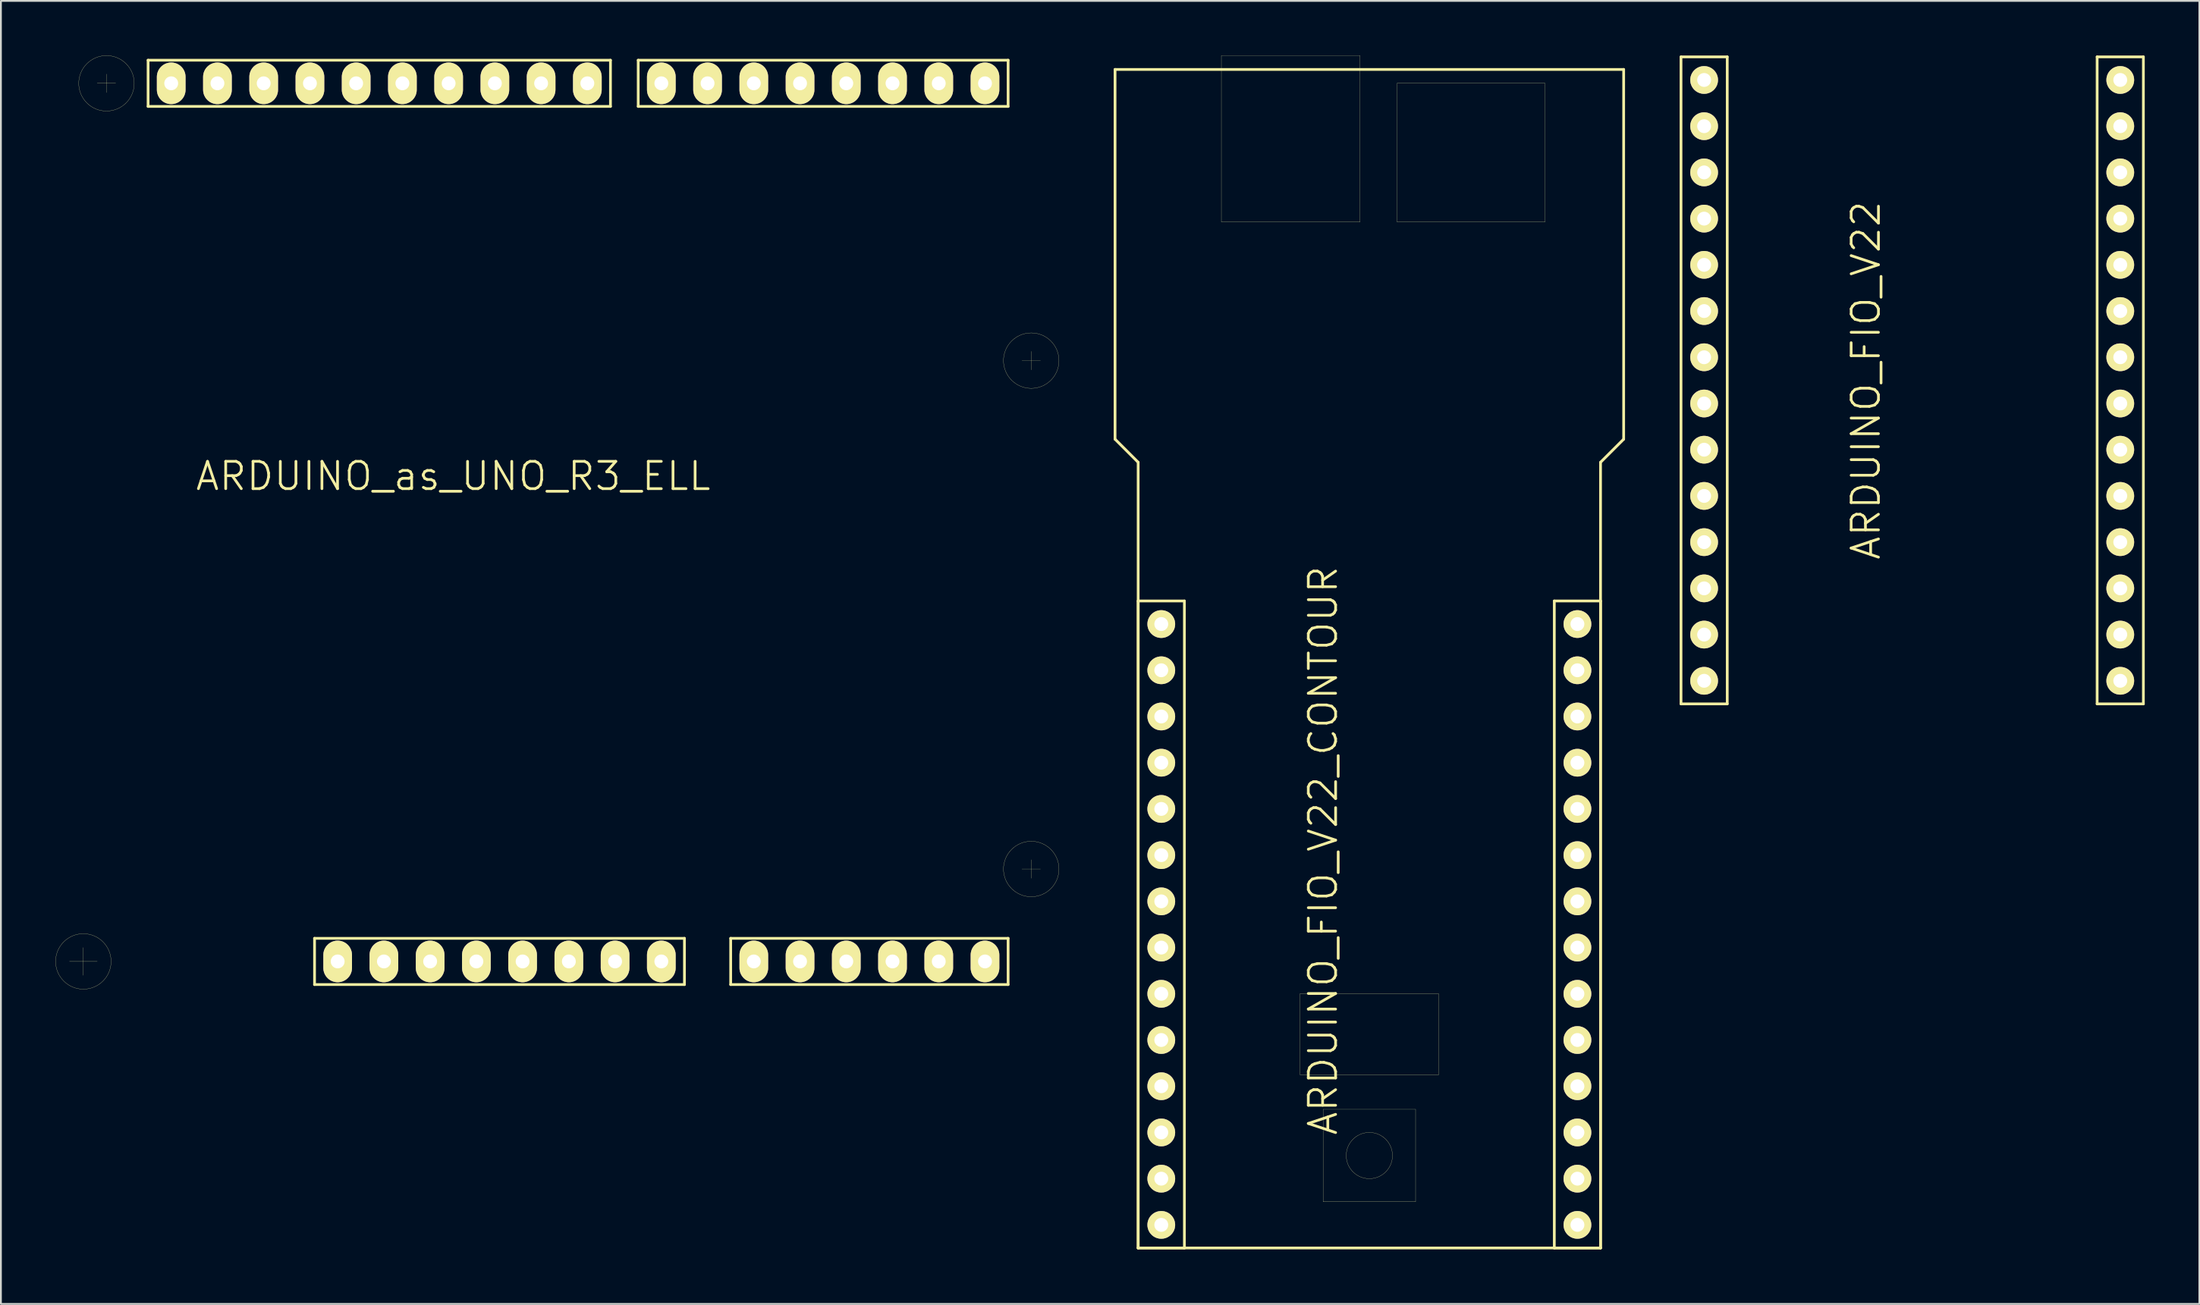
<source format=kicad_pcb>
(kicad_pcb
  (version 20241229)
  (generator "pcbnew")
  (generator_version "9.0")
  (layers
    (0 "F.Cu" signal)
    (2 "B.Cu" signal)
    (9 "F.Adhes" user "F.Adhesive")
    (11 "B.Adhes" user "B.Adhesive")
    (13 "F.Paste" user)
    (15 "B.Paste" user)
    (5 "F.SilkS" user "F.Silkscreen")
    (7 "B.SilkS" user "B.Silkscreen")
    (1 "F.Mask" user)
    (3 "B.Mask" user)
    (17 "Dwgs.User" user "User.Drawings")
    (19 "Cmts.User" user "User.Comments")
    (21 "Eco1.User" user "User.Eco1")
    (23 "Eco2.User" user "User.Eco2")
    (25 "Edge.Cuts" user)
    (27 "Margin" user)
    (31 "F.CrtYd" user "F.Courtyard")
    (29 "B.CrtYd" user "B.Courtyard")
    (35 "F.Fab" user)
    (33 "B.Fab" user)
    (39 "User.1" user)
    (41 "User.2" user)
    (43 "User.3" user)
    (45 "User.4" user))
  (footprint "ARDUINO_FIO_V22"
    (layer "F.Cu")
    (at 101.993 17.855)
    (property "Reference" "ARDUINO_FIO_V22" (at -2.54 0 90) (layer "F.SilkS") (effects (font (size 1.5 1.5) (thickness 0.15))))
    (attr through_hole)
    (fp_line (start -12.7 -17.78) (end -10.16 -17.78) (stroke (width 0.15) (type solid)) (layer "F.SilkS"))
    (fp_line (start -12.7 17.78) (end -12.7 -17.78) (stroke (width 0.15) (type solid)) (layer "F.SilkS"))
    (fp_line (start -10.16 -17.78) (end -10.16 17.78) (stroke (width 0.15) (type solid)) (layer "F.SilkS"))
    (fp_line (start -10.16 17.78) (end -12.7 17.78) (stroke (width 0.15) (type solid)) (layer "F.SilkS"))
    (fp_line (start 10.16 -17.78) (end 12.7 -17.78) (stroke (width 0.15) (type solid)) (layer "F.SilkS"))
    (fp_line (start 10.16 17.78) (end 10.16 -17.78) (stroke (width 0.15) (type solid)) (layer "F.SilkS"))
    (fp_line (start 12.7 -17.78) (end 12.7 17.78) (stroke (width 0.15) (type solid)) (layer "F.SilkS"))
    (fp_line (start 12.7 17.78) (end 10.16 17.78) (stroke (width 0.15) (type solid)) (layer "F.SilkS"))
    (pad "2" thru_hole circle (at -11.43 -11.43) (size 1.524 1.524) (drill 0.762) (layers "*.Cu" "*.Mask" "F.SilkS"))
    (pad "3" thru_hole circle (at -11.43 -8.89) (size 1.524 1.524) (drill 0.762) (layers "*.Cu" "*.Mask" "F.SilkS"))
    (pad "3V31" thru_hole circle (at -11.43 -16.51) (size 1.524 1.524) (drill 0.762) (layers "*.Cu" "*.Mask" "F.SilkS"))
    (pad "3V32" thru_hole circle (at 11.43 -11.43) (size 1.524 1.524) (drill 0.762) (layers "*.Cu" "*.Mask" "F.SilkS"))
    (pad "4" thru_hole circle (at -11.43 -6.35) (size 1.524 1.524) (drill 0.762) (layers "*.Cu" "*.Mask" "F.SilkS"))
    (pad "5" thru_hole circle (at -11.43 -3.81) (size 1.524 1.524) (drill 0.762) (layers "*.Cu" "*.Mask" "F.SilkS"))
    (pad "6" thru_hole circle (at -11.43 -1.27) (size 1.524 1.524) (drill 0.762) (layers "*.Cu" "*.Mask" "F.SilkS"))
    (pad "7" thru_hole circle (at -11.43 1.27) (size 1.524 1.524) (drill 0.762) (layers "*.Cu" "*.Mask" "F.SilkS"))
    (pad "8" thru_hole circle (at -11.43 3.81) (size 1.524 1.524) (drill 0.762) (layers "*.Cu" "*.Mask" "F.SilkS"))
    (pad "9" thru_hole circle (at -11.43 6.35) (size 1.524 1.524) (drill 0.762) (layers "*.Cu" "*.Mask" "F.SilkS"))
    (pad "10" thru_hole circle (at -11.43 8.89) (size 1.524 1.524) (drill 0.762) (layers "*.Cu" "*.Mask" "F.SilkS"))
    (pad "11" thru_hole circle (at -11.43 11.43) (size 1.524 1.524) (drill 0.762) (layers "*.Cu" "*.Mask" "F.SilkS"))
    (pad "12" thru_hole circle (at -11.43 13.97) (size 1.524 1.524) (drill 0.762) (layers "*.Cu" "*.Mask" "F.SilkS"))
    (pad "13" thru_hole circle (at -11.43 16.51) (size 1.524 1.524) (drill 0.762) (layers "*.Cu" "*.Mask" "F.SilkS"))
    (pad "A0" thru_hole circle (at 11.43 -1.27) (size 1.524 1.524) (drill 0.762) (layers "*.Cu" "*.Mask" "F.SilkS"))
    (pad "A1" thru_hole circle (at 11.43 1.27) (size 1.524 1.524) (drill 0.762) (layers "*.Cu" "*.Mask" "F.SilkS"))
    (pad "A2" thru_hole circle (at 11.43 3.81) (size 1.524 1.524) (drill 0.762) (layers "*.Cu" "*.Mask" "F.SilkS"))
    (pad "A3" thru_hole circle (at 11.43 6.35) (size 1.524 1.524) (drill 0.762) (layers "*.Cu" "*.Mask" "F.SilkS"))
    (pad "A4" thru_hole circle (at 11.43 8.89) (size 1.524 1.524) (drill 0.762) (layers "*.Cu" "*.Mask" "F.SilkS"))
    (pad "A5" thru_hole circle (at 11.43 11.43) (size 1.524 1.524) (drill 0.762) (layers "*.Cu" "*.Mask" "F.SilkS"))
    (pad "A6" thru_hole circle (at 11.43 13.97) (size 1.524 1.524) (drill 0.762) (layers "*.Cu" "*.Mask" "F.SilkS"))
    (pad "A7" thru_hole circle (at 11.43 16.51) (size 1.524 1.524) (drill 0.762) (layers "*.Cu" "*.Mask" "F.SilkS"))
    (pad "AREF" thru_hole circle (at 11.43 -13.97) (size 1.524 1.524) (drill 0.762) (layers "*.Cu" "*.Mask" "F.SilkS"))
    (pad "DTR" thru_hole circle (at 11.43 -3.81) (size 1.524 1.524) (drill 0.762) (layers "*.Cu" "*.Mask" "F.SilkS"))
    (pad "GND1" thru_hole circle (at -11.43 -13.97) (size 1.524 1.524) (drill 0.762) (layers "*.Cu" "*.Mask" "F.SilkS"))
    (pad "GND2" thru_hole circle (at 11.43 -16.51) (size 1.524 1.524) (drill 0.762) (layers "*.Cu" "*.Mask" "F.SilkS"))
    (pad "RX" thru_hole circle (at 11.43 -8.89) (size 1.524 1.524) (drill 0.762) (layers "*.Cu" "*.Mask" "F.SilkS"))
    (pad "TX" thru_hole circle (at 11.43 -6.35) (size 1.524 1.524) (drill 0.762) (layers "*.Cu" "*.Mask" "F.SilkS")))
  (footprint "ARDUINO_as_UNO_R3_ELL"
    (layer "F.Cu")
    (at 21.849 25.659)
    (property "Reference" "ARDUINO_as_UNO_R3_ELL" (at 0 -2.54 0) (layer "F.SilkS") (effects (font (size 1.5 1.5) (thickness 0.15))))
    (attr through_hole)
    (fp_line (start -21.082 24.13) (end -19.558 24.13) (stroke (width 0.01) (type solid)) (layer "F.SilkS"))
    (fp_line (start -20.32 23.368) (end -20.32 24.892) (stroke (width 0.01) (type solid)) (layer "F.SilkS"))
    (fp_line (start -19.558 -24.13) (end -18.542 -24.13) (stroke (width 0.01) (type solid)) (layer "F.SilkS"))
    (fp_line (start -19.05 -24.638) (end -19.05 -23.622) (stroke (width 0.01) (type solid)) (layer "F.SilkS"))
    (fp_line (start -16.764 -25.4) (end 8.636 -25.4) (stroke (width 0.15) (type solid)) (layer "F.SilkS"))
    (fp_line (start -16.764 -22.86) (end -16.764 -25.4) (stroke (width 0.15) (type solid)) (layer "F.SilkS"))
    (fp_line (start -7.62 22.86) (end 12.7 22.86) (stroke (width 0.15) (type solid)) (layer "F.SilkS"))
    (fp_line (start -7.62 25.4) (end -7.62 22.86) (stroke (width 0.15) (type solid)) (layer "F.SilkS"))
    (fp_line (start 8.636 -25.4) (end 8.636 -22.86) (stroke (width 0.15) (type solid)) (layer "F.SilkS"))
    (fp_line (start 8.636 -22.86) (end -16.764 -22.86) (stroke (width 0.15) (type solid)) (layer "F.SilkS"))
    (fp_line (start 10.16 -25.4) (end 30.48 -25.4) (stroke (width 0.15) (type solid)) (layer "F.SilkS"))
    (fp_line (start 10.16 -22.86) (end 10.16 -25.4) (stroke (width 0.15) (type solid)) (layer "F.SilkS"))
    (fp_line (start 12.7 22.86) (end 12.7 25.4) (stroke (width 0.15) (type solid)) (layer "F.SilkS"))
    (fp_line (start 12.7 25.4) (end -7.62 25.4) (stroke (width 0.15) (type solid)) (layer "F.SilkS"))
    (fp_line (start 15.24 22.86) (end 30.48 22.86) (stroke (width 0.15) (type solid)) (layer "F.SilkS"))
    (fp_line (start 15.24 25.4) (end 15.24 22.86) (stroke (width 0.15) (type solid)) (layer "F.SilkS"))
    (fp_line (start 30.48 -25.4) (end 30.48 -22.86) (stroke (width 0.15) (type solid)) (layer "F.SilkS"))
    (fp_line (start 30.48 -22.86) (end 10.16 -22.86) (stroke (width 0.15) (type solid)) (layer "F.SilkS"))
    (fp_line (start 30.48 22.86) (end 30.48 25.4) (stroke (width 0.15) (type solid)) (layer "F.SilkS"))
    (fp_line (start 30.48 25.4) (end 15.24 25.4) (stroke (width 0.15) (type solid)) (layer "F.SilkS"))
    (fp_line (start 31.242 19.05) (end 32.258 19.05) (stroke (width 0.01) (type solid)) (layer "F.SilkS"))
    (fp_line (start 31.75 -9.398) (end 31.75 -8.382) (stroke (width 0.01) (type solid)) (layer "F.SilkS"))
    (fp_line (start 31.75 18.542) (end 31.75 19.558) (stroke (width 0.01) (type solid)) (layer "F.SilkS"))
    (fp_line (start 32.258 -8.89) (end 31.242 -8.89) (stroke (width 0.01) (type solid)) (layer "F.SilkS"))
    (fp_circle (center -20.32 24.13) (end -18.796 24.13) (stroke (width 0.01) (type solid)) (fill no) (layer "F.SilkS"))
    (fp_circle (center -19.05 -24.13) (end -17.526 -24.13) (stroke (width 0.01) (type solid)) (fill no) (layer "F.SilkS"))
    (fp_circle (center 31.75 -8.89) (end 33.274 -8.89) (stroke (width 0.01) (type solid)) (fill no) (layer "F.SilkS"))
    (fp_circle (center 31.75 19.05) (end 33.274 19.05) (stroke (width 0.01) (type solid)) (fill no) (layer "F.SilkS"))
    (pad "0" thru_hole oval (at 29.21 -24.13) (size 1.575 2.286) (drill 0.762) (layers "*.Cu" "*.Mask" "F.SilkS"))
    (pad "1" thru_hole oval (at 26.67 -24.13) (size 1.575 2.286) (drill 0.762) (layers "*.Cu" "*.Mask" "F.SilkS"))
    (pad "2" thru_hole oval (at 24.13 -24.13) (size 1.575 2.286) (drill 0.762) (layers "*.Cu" "*.Mask" "F.SilkS"))
    (pad "3" thru_hole oval (at 21.59 -24.13) (size 1.575 2.286) (drill 0.762) (layers "*.Cu" "*.Mask" "F.SilkS"))
    (pad "3V3" thru_hole oval (at 1.27 24.13) (size 1.575 2.286) (drill 0.762) (layers "*.Cu" "*.Mask" "F.SilkS"))
    (pad "4" thru_hole oval (at 19.05 -24.13) (size 1.575 2.286) (drill 0.762) (layers "*.Cu" "*.Mask" "F.SilkS"))
    (pad "5" thru_hole oval (at 16.51 -24.13) (size 1.575 2.286) (drill 0.762) (layers "*.Cu" "*.Mask" "F.SilkS"))
    (pad "5V" thru_hole oval (at 3.81 24.13) (size 1.575 2.286) (drill 0.762) (layers "*.Cu" "*.Mask" "F.SilkS"))
    (pad "6" thru_hole oval (at 13.97 -24.13) (size 1.575 2.286) (drill 0.762) (layers "*.Cu" "*.Mask" "F.SilkS"))
    (pad "7" thru_hole oval (at 11.43 -24.13) (size 1.575 2.286) (drill 0.762) (layers "*.Cu" "*.Mask" "F.SilkS"))
    (pad "8" thru_hole oval (at 7.366 -24.13) (size 1.575 2.286) (drill 0.762) (layers "*.Cu" "*.Mask" "F.SilkS"))
    (pad "9" thru_hole oval (at 4.826 -24.13) (size 1.575 2.286) (drill 0.762) (layers "*.Cu" "*.Mask" "F.SilkS"))
    (pad "10" thru_hole oval (at 2.286 -24.13) (size 1.575 2.286) (drill 0.762) (layers "*.Cu" "*.Mask" "F.SilkS"))
    (pad "11" thru_hole oval (at -0.254 -24.13) (size 1.575 2.286) (drill 0.762) (layers "*.Cu" "*.Mask" "F.SilkS"))
    (pad "12" thru_hole oval (at -2.794 -24.13) (size 1.575 2.286) (drill 0.762) (layers "*.Cu" "*.Mask" "F.SilkS"))
    (pad "13" thru_hole oval (at -5.334 -24.13) (size 1.575 2.286) (drill 0.762) (layers "*.Cu" "*.Mask" "F.SilkS"))
    (pad "A0" thru_hole oval (at 16.51 24.13) (size 1.575 2.286) (drill 0.762) (layers "*.Cu" "*.Mask" "F.SilkS"))
    (pad "A1" thru_hole oval (at 19.05 24.13) (size 1.575 2.286) (drill 0.762) (layers "*.Cu" "*.Mask" "F.SilkS"))
    (pad "A2" thru_hole oval (at 21.59 24.13) (size 1.575 2.286) (drill 0.762) (layers "*.Cu" "*.Mask" "F.SilkS"))
    (pad "A3" thru_hole oval (at 24.13 24.13) (size 1.575 2.286) (drill 0.762) (layers "*.Cu" "*.Mask" "F.SilkS"))
    (pad "A4/1" thru_hole oval (at 26.67 24.13) (size 1.575 2.286) (drill 0.762) (layers "*.Cu" "*.Mask" "F.SilkS"))
    (pad "A4/2" thru_hole oval (at -12.954 -24.13) (size 1.575 2.286) (drill 0.762) (layers "*.Cu" "*.Mask" "F.SilkS"))
    (pad "A5/1" thru_hole oval (at 29.21 24.13) (size 1.575 2.286) (drill 0.762) (layers "*.Cu" "*.Mask" "F.SilkS"))
    (pad "A5/2" thru_hole oval (at -15.494 -24.13) (size 1.575 2.286) (drill 0.762) (layers "*.Cu" "*.Mask" "F.SilkS"))
    (pad "AREF" thru_hole oval (at -10.414 -24.13) (size 1.575 2.286) (drill 0.762) (layers "*.Cu" "*.Mask" "F.SilkS"))
    (pad "GND1" thru_hole oval (at 6.35 24.13) (size 1.575 2.286) (drill 0.762) (layers "*.Cu" "*.Mask" "F.SilkS"))
    (pad "GND2" thru_hole oval (at 8.89 24.13) (size 1.575 2.286) (drill 0.762) (layers "*.Cu" "*.Mask" "F.SilkS"))
    (pad "GND3" thru_hole oval (at -7.874 -24.13) (size 1.575 2.286) (drill 0.762) (layers "*.Cu" "*.Mask" "F.SilkS"))
    (pad "IREF" thru_hole oval (at -3.81 24.13) (size 1.575 2.286) (drill 0.762) (layers "*.Cu" "*.Mask" "F.SilkS"))
    (pad "NC" thru_hole oval (at -6.35 24.13) (size 1.575 2.286) (drill 0.762) (layers "*.Cu" "*.Mask" "F.SilkS"))
    (pad "RST" thru_hole oval (at -1.27 24.13) (size 1.575 2.286) (drill 0.762) (layers "*.Cu" "*.Mask" "F.SilkS"))
    (pad "VIN" thru_hole oval (at 11.43 24.13) (size 1.575 2.286) (drill 0.762) (layers "*.Cu" "*.Mask" "F.SilkS")))
  (footprint "ARDUINO_FIO_V22_CONTOUR"
    (layer "F.Cu")
    (at 72.173 47.757)
    (property "Reference" "ARDUINO_FIO_V22_CONTOUR" (at -2.54 -4.064 90) (layer "F.SilkS") (effects (font (size 1.5 1.5) (thickness 0.15))))
    (attr through_hole)
    (fp_line (start -13.97 -46.99) (end -13.97 -26.67) (stroke (width 0.15) (type solid)) (layer "F.SilkS"))
    (fp_line (start -13.97 -26.67) (end -12.7 -25.4) (stroke (width 0.15) (type solid)) (layer "F.SilkS"))
    (fp_line (start -12.7 -25.4) (end -12.7 17.78) (stroke (width 0.15) (type solid)) (layer "F.SilkS"))
    (fp_line (start -12.7 -17.78) (end -10.16 -17.78) (stroke (width 0.15) (type solid)) (layer "F.SilkS"))
    (fp_line (start -12.7 17.78) (end -12.7 -17.78) (stroke (width 0.15) (type solid)) (layer "F.SilkS"))
    (fp_line (start -12.7 17.78) (end 12.7 17.78) (stroke (width 0.15) (type solid)) (layer "F.SilkS"))
    (fp_line (start -10.16 -17.78) (end -10.16 17.78) (stroke (width 0.15) (type solid)) (layer "F.SilkS"))
    (fp_line (start -10.16 17.78) (end -12.7 17.78) (stroke (width 0.15) (type solid)) (layer "F.SilkS"))
    (fp_line (start -8.128 -47.752) (end -0.508 -47.752) (stroke (width 0.01) (type solid)) (layer "F.SilkS"))
    (fp_line (start -8.128 -38.608) (end -8.128 -47.752) (stroke (width 0.01) (type solid)) (layer "F.SilkS"))
    (fp_line (start -3.81 8.255) (end -3.81 3.81) (stroke (width 0.01) (type solid)) (layer "F.SilkS"))
    (fp_line (start -2.54 10.16) (end -2.54 15.24) (stroke (width 0.01) (type solid)) (layer "F.SilkS"))
    (fp_line (start -2.54 15.24) (end 2.54 15.24) (stroke (width 0.01) (type solid)) (layer "F.SilkS"))
    (fp_line (start -0.508 -47.752) (end -0.508 -38.608) (stroke (width 0.01) (type solid)) (layer "F.SilkS"))
    (fp_line (start -0.508 -38.608) (end -8.128 -38.608) (stroke (width 0.01) (type solid)) (layer "F.SilkS"))
    (fp_line (start 1.524 -46.228) (end 1.524 -38.608) (stroke (width 0.01) (type solid)) (layer "F.SilkS"))
    (fp_line (start 1.524 -38.608) (end 9.652 -38.608) (stroke (width 0.01) (type solid)) (layer "F.SilkS"))
    (fp_line (start 2.54 10.16) (end -2.54 10.16) (stroke (width 0.01) (type solid)) (layer "F.SilkS"))
    (fp_line (start 2.54 15.24) (end 2.54 10.16) (stroke (width 0.01) (type solid)) (layer "F.SilkS"))
    (fp_line (start 3.81 3.81) (end -3.81 3.81) (stroke (width 0.01) (type solid)) (layer "F.SilkS"))
    (fp_line (start 3.81 3.81) (end 3.81 8.255) (stroke (width 0.01) (type solid)) (layer "F.SilkS"))
    (fp_line (start 3.81 8.255) (end -3.81 8.255) (stroke (width 0.01) (type solid)) (layer "F.SilkS"))
    (fp_line (start 9.652 -46.228) (end 1.524 -46.228) (stroke (width 0.01) (type solid)) (layer "F.SilkS"))
    (fp_line (start 9.652 -38.608) (end 9.652 -46.228) (stroke (width 0.01) (type solid)) (layer "F.SilkS"))
    (fp_line (start 10.16 -17.78) (end 12.7 -17.78) (stroke (width 0.15) (type solid)) (layer "F.SilkS"))
    (fp_line (start 10.16 17.78) (end 10.16 -17.78) (stroke (width 0.15) (type solid)) (layer "F.SilkS"))
    (fp_line (start 12.7 -25.4) (end 13.97 -26.67) (stroke (width 0.15) (type solid)) (layer "F.SilkS"))
    (fp_line (start 12.7 -17.78) (end 12.7 17.78) (stroke (width 0.15) (type solid)) (layer "F.SilkS"))
    (fp_line (start 12.7 17.78) (end 10.16 17.78) (stroke (width 0.15) (type solid)) (layer "F.SilkS"))
    (fp_line (start 12.7 17.78) (end 12.7 -25.4) (stroke (width 0.15) (type solid)) (layer "F.SilkS"))
    (fp_line (start 13.97 -46.99) (end -13.97 -46.99) (stroke (width 0.15) (type solid)) (layer "F.SilkS"))
    (fp_line (start 13.97 -26.67) (end 13.97 -46.99) (stroke (width 0.15) (type solid)) (layer "F.SilkS"))
    (fp_circle (center 0 12.7) (end -1.27 12.7) (stroke (width 0.01) (type solid)) (fill no) (layer "F.SilkS"))
    (pad "2" thru_hole circle (at -11.43 -11.43) (size 1.524 1.524) (drill 0.762) (layers "*.Cu" "*.Mask" "F.SilkS"))
    (pad "3" thru_hole circle (at -11.43 -8.89) (size 1.524 1.524) (drill 0.762) (layers "*.Cu" "*.Mask" "F.SilkS"))
    (pad "3V31" thru_hole circle (at -11.43 -16.51) (size 1.524 1.524) (drill 0.762) (layers "*.Cu" "*.Mask" "F.SilkS"))
    (pad "3V32" thru_hole circle (at 11.43 -11.43) (size 1.524 1.524) (drill 0.762) (layers "*.Cu" "*.Mask" "F.SilkS"))
    (pad "4" thru_hole circle (at -11.43 -6.35) (size 1.524 1.524) (drill 0.762) (layers "*.Cu" "*.Mask" "F.SilkS"))
    (pad "5" thru_hole circle (at -11.43 -3.81) (size 1.524 1.524) (drill 0.762) (layers "*.Cu" "*.Mask" "F.SilkS"))
    (pad "6" thru_hole circle (at -11.43 -1.27) (size 1.524 1.524) (drill 0.762) (layers "*.Cu" "*.Mask" "F.SilkS"))
    (pad "7" thru_hole circle (at -11.43 1.27) (size 1.524 1.524) (drill 0.762) (layers "*.Cu" "*.Mask" "F.SilkS"))
    (pad "8" thru_hole circle (at -11.43 3.81) (size 1.524 1.524) (drill 0.762) (layers "*.Cu" "*.Mask" "F.SilkS"))
    (pad "9" thru_hole circle (at -11.43 6.35) (size 1.524 1.524) (drill 0.762) (layers "*.Cu" "*.Mask" "F.SilkS"))
    (pad "10" thru_hole circle (at -11.43 8.89) (size 1.524 1.524) (drill 0.762) (layers "*.Cu" "*.Mask" "F.SilkS"))
    (pad "11" thru_hole circle (at -11.43 11.43) (size 1.524 1.524) (drill 0.762) (layers "*.Cu" "*.Mask" "F.SilkS"))
    (pad "12" thru_hole circle (at -11.43 13.97) (size 1.524 1.524) (drill 0.762) (layers "*.Cu" "*.Mask" "F.SilkS"))
    (pad "13" thru_hole circle (at -11.43 16.51) (size 1.524 1.524) (drill 0.762) (layers "*.Cu" "*.Mask" "F.SilkS"))
    (pad "A0" thru_hole circle (at 11.43 -1.27) (size 1.524 1.524) (drill 0.762) (layers "*.Cu" "*.Mask" "F.SilkS"))
    (pad "A1" thru_hole circle (at 11.43 1.27) (size 1.524 1.524) (drill 0.762) (layers "*.Cu" "*.Mask" "F.SilkS"))
    (pad "A2" thru_hole circle (at 11.43 3.81) (size 1.524 1.524) (drill 0.762) (layers "*.Cu" "*.Mask" "F.SilkS"))
    (pad "A3" thru_hole circle (at 11.43 6.35) (size 1.524 1.524) (drill 0.762) (layers "*.Cu" "*.Mask" "F.SilkS"))
    (pad "A4" thru_hole circle (at 11.43 8.89) (size 1.524 1.524) (drill 0.762) (layers "*.Cu" "*.Mask" "F.SilkS"))
    (pad "A5" thru_hole circle (at 11.43 11.43) (size 1.524 1.524) (drill 0.762) (layers "*.Cu" "*.Mask" "F.SilkS"))
    (pad "A6" thru_hole circle (at 11.43 13.97) (size 1.524 1.524) (drill 0.762) (layers "*.Cu" "*.Mask" "F.SilkS"))
    (pad "A7" thru_hole circle (at 11.43 16.51) (size 1.524 1.524) (drill 0.762) (layers "*.Cu" "*.Mask" "F.SilkS"))
    (pad "AREF" thru_hole circle (at 11.43 -13.97) (size 1.524 1.524) (drill 0.762) (layers "*.Cu" "*.Mask" "F.SilkS"))
    (pad "DTR" thru_hole circle (at 11.43 -3.81) (size 1.524 1.524) (drill 0.762) (layers "*.Cu" "*.Mask" "F.SilkS"))
    (pad "GND1" thru_hole circle (at -11.43 -13.97) (size 1.524 1.524) (drill 0.762) (layers "*.Cu" "*.Mask" "F.SilkS"))
    (pad "GND2" thru_hole circle (at 11.43 -16.51) (size 1.524 1.524) (drill 0.762) (layers "*.Cu" "*.Mask" "F.SilkS"))
    (pad "RX" thru_hole circle (at 11.43 -8.89) (size 1.524 1.524) (drill 0.762) (layers "*.Cu" "*.Mask" "F.SilkS"))
    (pad "TX" thru_hole circle (at 11.43 -6.35) (size 1.524 1.524) (drill 0.762) (layers "*.Cu" "*.Mask" "F.SilkS")))
  (gr_rect
    (start -3 -3)
    (end 117.768 68.612)
    (stroke (width 0.1) (type default))
    (fill no)
    (layer "Edge.Cuts")))
</source>
